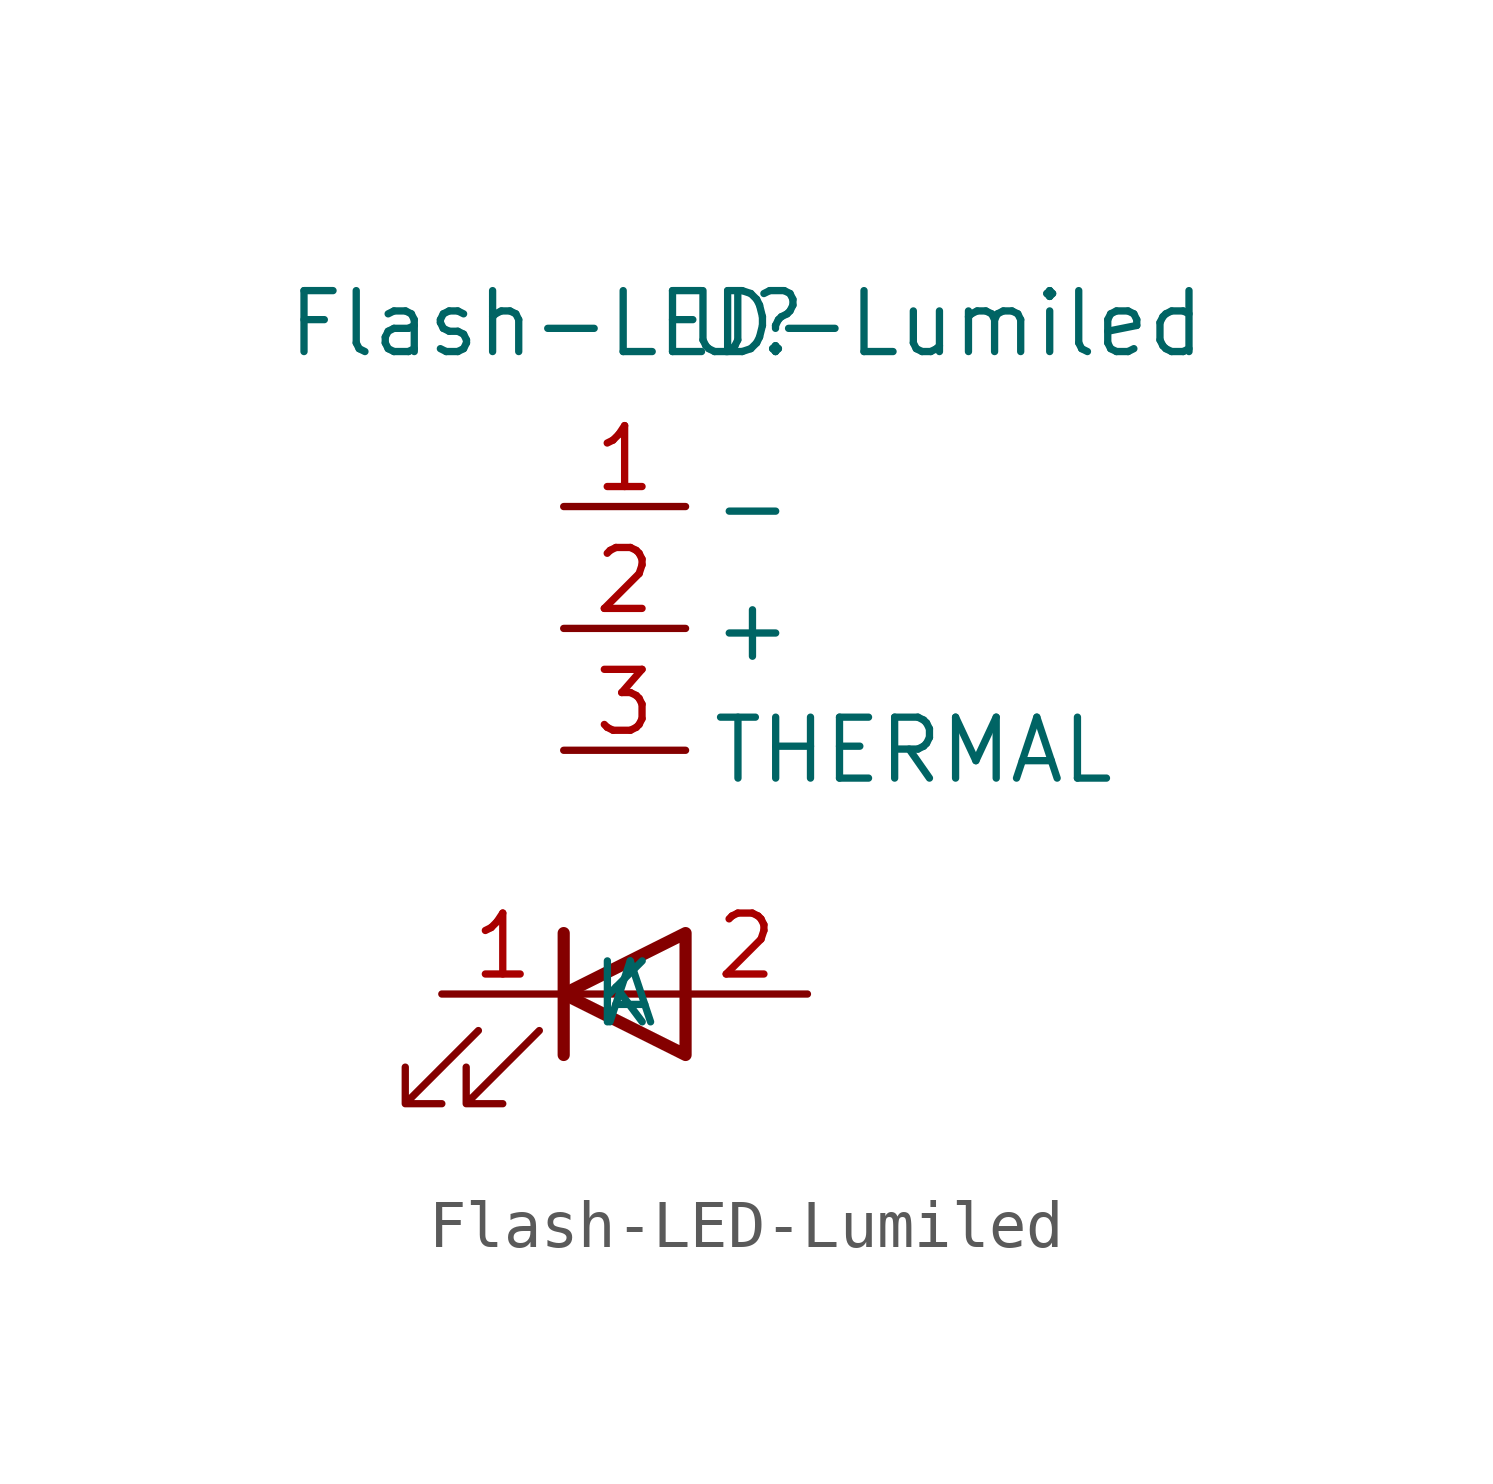
<source format=kicad_sym>
(kicad_symbol_lib
  (version 20211014)
  (generator kicad_symbol_editor)
  (symbol "Flash-LED-Lumiled"
    (property "Reference" "U"
      (at 0 0 0)
      (effects (font (size 1.27 1.27))))
    (property "Value" "Flash-LED-Lumiled"
      (at 0 0 0)
      (effects (font (size 1.27 1.27))))
    (symbol "Flash-LED-Lumiled_0_1"
      (polyline (pts (xy -3.81 -15.24) (xy -3.81 -12.7)) (stroke (width 0.254) (type default) (color 0 0 0 0)) (fill (type none)))
      (polyline (pts (xy -3.81 -13.97) (xy -1.27 -13.97)) (stroke (width 0) (type default) (color 0 0 0 0)) (fill (type none)))
      (polyline (pts (xy -1.27 -15.24) (xy -1.27 -12.7) (xy -3.81 -13.97) (xy -1.27 -15.24)) (stroke (width 0.254) (type default) (color 0 0 0 0)) (fill (type none)))
      (polyline (pts (xy -5.588 -14.732) (xy -7.112 -16.256) (xy -6.35 -16.256) (xy -7.112 -16.256) (xy -7.112 -15.494)) (stroke (width 0) (type default) (color 0 0 0 0)) (fill (type none)))
      (polyline (pts (xy -4.318 -14.732) (xy -5.842 -16.256) (xy -5.08 -16.256) (xy -5.842 -16.256) (xy -5.842 -15.494)) (stroke (width 0) (type default) (color 0 0 0 0)) (fill (type none))))
    (symbol "Flash-LED-Lumiled_1_1"
      (pin power_in line (at -3.81 -3.81 0) (length 2.54) (name "-" (effects (font (size 1.27 1.27)))) (number "1" (effects (font (size 1.27 1.27)))))
      (pin passive line (at -6.35 -13.97 0) (length 2.54) (name "K" (effects (font (size 1.27 1.27)))) (number "1" (effects (font (size 1.27 1.27)))))
      (pin power_in line (at -3.81 -6.35 0) (length 2.54) (name "+" (effects (font (size 1.27 1.27)))) (number "2" (effects (font (size 1.27 1.27)))))
      (pin passive line (at 1.27 -13.97 180) (length 2.54) (name "A" (effects (font (size 1.27 1.27)))) (number "2" (effects (font (size 1.27 1.27)))))
      (pin passive line (at -3.81 -8.89 0) (length 2.54) (name "THERMAL" (effects (font (size 1.27 1.27)))) (number "3" (effects (font (size 1.27 1.27))))))))
</source>
